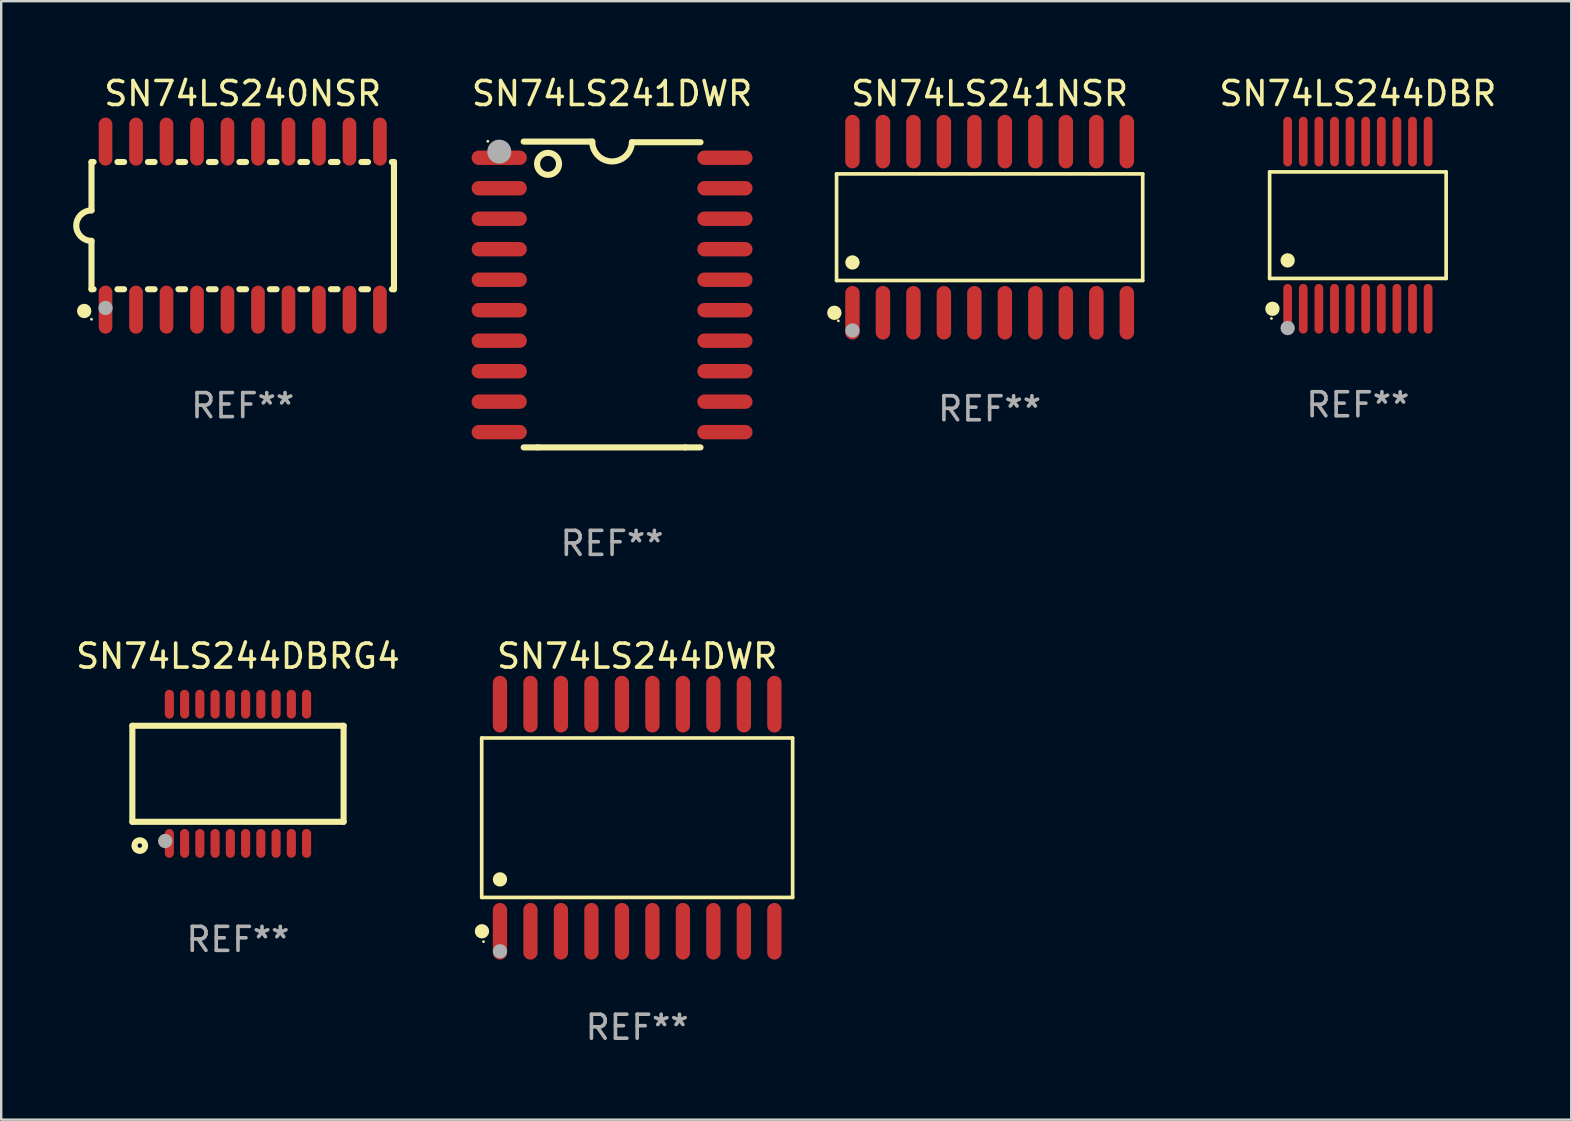
<source format=kicad_pcb>
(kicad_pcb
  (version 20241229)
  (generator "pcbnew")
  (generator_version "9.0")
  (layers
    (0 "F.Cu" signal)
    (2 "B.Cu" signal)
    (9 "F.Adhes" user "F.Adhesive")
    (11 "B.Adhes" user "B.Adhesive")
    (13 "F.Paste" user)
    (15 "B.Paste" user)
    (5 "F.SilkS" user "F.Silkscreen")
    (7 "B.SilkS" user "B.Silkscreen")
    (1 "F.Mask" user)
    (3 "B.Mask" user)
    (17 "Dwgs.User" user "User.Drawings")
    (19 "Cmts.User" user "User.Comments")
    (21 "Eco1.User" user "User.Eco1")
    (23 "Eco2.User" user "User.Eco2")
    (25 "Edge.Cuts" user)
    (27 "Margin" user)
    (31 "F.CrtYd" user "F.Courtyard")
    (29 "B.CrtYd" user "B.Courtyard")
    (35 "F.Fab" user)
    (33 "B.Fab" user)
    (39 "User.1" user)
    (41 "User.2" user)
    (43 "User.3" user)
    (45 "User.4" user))
  (footprint "SN74LS240NSR"
    (layer "F.Cu")
    (at 7.061 6.348)
    (property "Reference" "SN74LS240NSR" (at 0 -5.5 0) (layer "F.SilkS") (effects (font (size 1 1) (thickness 0.15))))
    (attr through_hole)
    (fp_line (start -6.3 -2.65) (end -6.3 -0.635) (stroke (width 0.254) (type solid)) (layer "F.SilkS"))
    (fp_line (start -6.3 -2.65) (end -6.212 -2.65) (stroke (width 0.254) (type solid)) (layer "F.SilkS"))
    (fp_line (start -6.3 2.65) (end -6.3 0.635) (stroke (width 0.254) (type solid)) (layer "F.SilkS"))
    (fp_line (start -6.3 2.65) (end -6.212 2.65) (stroke (width 0.254) (type solid)) (layer "F.SilkS"))
    (fp_line (start -5.218 -2.65) (end -4.942 -2.65) (stroke (width 0.254) (type solid)) (layer "F.SilkS"))
    (fp_line (start -5.218 2.65) (end -4.942 2.65) (stroke (width 0.254) (type solid)) (layer "F.SilkS"))
    (fp_line (start -3.948 -2.65) (end -3.672 -2.65) (stroke (width 0.254) (type solid)) (layer "F.SilkS"))
    (fp_line (start -3.948 2.65) (end -3.672 2.65) (stroke (width 0.254) (type solid)) (layer "F.SilkS"))
    (fp_line (start -2.678 -2.65) (end -2.402 -2.65) (stroke (width 0.254) (type solid)) (layer "F.SilkS"))
    (fp_line (start -2.678 2.65) (end -2.402 2.65) (stroke (width 0.254) (type solid)) (layer "F.SilkS"))
    (fp_line (start -1.408 -2.65) (end -1.132 -2.65) (stroke (width 0.254) (type solid)) (layer "F.SilkS"))
    (fp_line (start -1.408 2.65) (end -1.132 2.65) (stroke (width 0.254) (type solid)) (layer "F.SilkS"))
    (fp_line (start -0.138 -2.65) (end 0.138 -2.65) (stroke (width 0.254) (type solid)) (layer "F.SilkS"))
    (fp_line (start -0.138 2.65) (end 0.138 2.65) (stroke (width 0.254) (type solid)) (layer "F.SilkS"))
    (fp_line (start 1.132 -2.65) (end 1.408 -2.65) (stroke (width 0.254) (type solid)) (layer "F.SilkS"))
    (fp_line (start 1.132 2.65) (end 1.408 2.65) (stroke (width 0.254) (type solid)) (layer "F.SilkS"))
    (fp_line (start 2.402 -2.65) (end 2.678 -2.65) (stroke (width 0.254) (type solid)) (layer "F.SilkS"))
    (fp_line (start 2.402 2.65) (end 2.678 2.65) (stroke (width 0.254) (type solid)) (layer "F.SilkS"))
    (fp_line (start 3.672 -2.65) (end 3.948 -2.65) (stroke (width 0.254) (type solid)) (layer "F.SilkS"))
    (fp_line (start 3.672 2.65) (end 3.948 2.65) (stroke (width 0.254) (type solid)) (layer "F.SilkS"))
    (fp_line (start 4.942 -2.65) (end 5.218 -2.65) (stroke (width 0.254) (type solid)) (layer "F.SilkS"))
    (fp_line (start 4.942 2.65) (end 5.218 2.65) (stroke (width 0.254) (type solid)) (layer "F.SilkS"))
    (fp_line (start 6.212 -2.65) (end 6.3 -2.65) (stroke (width 0.254) (type solid)) (layer "F.SilkS"))
    (fp_line (start 6.212 2.65) (end 6.3 2.65) (stroke (width 0.254) (type solid)) (layer "F.SilkS"))
    (fp_line (start 6.3 -2.65) (end 6.3 2.65) (stroke (width 0.254) (type solid)) (layer "F.SilkS"))
    (fp_arc (start -6.299975 0.634874) (mid -6.933579 0.000127) (end -6.299213 -0.633858) (stroke (width 0.254001) (type solid)) (layer "F.SilkS"))
    (fp_circle (center -6.604 3.556) (end -6.454 3.556) (stroke (width 0.3) (type solid)) (fill no) (layer "F.SilkS"))
    (fp_circle (center -6.3 3.9) (end -6.27 3.9) (stroke (width 0.06) (type solid)) (fill no) (layer "F.SilkS"))
    (fp_circle (center -5.715 3.429) (end -5.565 3.429) (stroke (width 0.3) (type solid)) (fill no) (layer "F.Fab"))
    (fp_text user "REF**" (at 0 7.5 0) (layer "F.Fab") (effects (font (size 1 1) (thickness 0.15))))
    (pad "1" smd oval (at -5.715 3.5) (size 0.568 2) (layers "F.Cu" "F.Mask" "F.Paste"))
    (pad "2" smd oval (at -4.445 3.5) (size 0.568 2) (layers "F.Cu" "F.Mask" "F.Paste"))
    (pad "3" smd oval (at -3.175 3.5) (size 0.568 2) (layers "F.Cu" "F.Mask" "F.Paste"))
    (pad "4" smd oval (at -1.905 3.5) (size 0.568 2) (layers "F.Cu" "F.Mask" "F.Paste"))
    (pad "5" smd oval (at -0.635 3.5) (size 0.568 2) (layers "F.Cu" "F.Mask" "F.Paste"))
    (pad "6" smd oval (at 0.635 3.5) (size 0.568 2) (layers "F.Cu" "F.Mask" "F.Paste"))
    (pad "7" smd oval (at 1.905 3.5) (size 0.568 2) (layers "F.Cu" "F.Mask" "F.Paste"))
    (pad "8" smd oval (at 3.175 3.5) (size 0.568 2) (layers "F.Cu" "F.Mask" "F.Paste"))
    (pad "9" smd oval (at 4.445 3.5) (size 0.568 2) (layers "F.Cu" "F.Mask" "F.Paste"))
    (pad "10" smd oval (at 5.715 3.5) (size 0.568 2) (layers "F.Cu" "F.Mask" "F.Paste"))
    (pad "11" smd oval (at 5.715 -3.5) (size 0.568 2) (layers "F.Cu" "F.Mask" "F.Paste"))
    (pad "12" smd oval (at 4.445 -3.5) (size 0.568 2) (layers "F.Cu" "F.Mask" "F.Paste"))
    (pad "13" smd oval (at 3.175 -3.5) (size 0.568 2) (layers "F.Cu" "F.Mask" "F.Paste"))
    (pad "14" smd oval (at 1.905 -3.5) (size 0.568 2) (layers "F.Cu" "F.Mask" "F.Paste"))
    (pad "15" smd oval (at 0.635 -3.5) (size 0.568 2) (layers "F.Cu" "F.Mask" "F.Paste"))
    (pad "16" smd oval (at -0.635 -3.5) (size 0.568 2) (layers "F.Cu" "F.Mask" "F.Paste"))
    (pad "17" smd oval (at -1.905 -3.5) (size 0.568 2) (layers "F.Cu" "F.Mask" "F.Paste"))
    (pad "18" smd oval (at -3.175 -3.5) (size 0.568 2) (layers "F.Cu" "F.Mask" "F.Paste"))
    (pad "19" smd oval (at -4.445 -3.5) (size 0.568 2) (layers "F.Cu" "F.Mask" "F.Paste"))
    (pad "20" smd oval (at -5.715 -3.5) (size 0.568 2) (layers "F.Cu" "F.Mask" "F.Paste")))
  (footprint "SN74LS241NSR"
    (layer "F.Cu")
    (at 38.173 6.414)
    (property "Reference" "SN74LS241NSR" (at 0 -5.565 0) (layer "F.SilkS") (effects (font (size 1 1) (thickness 0.15))))
    (attr through_hole)
    (fp_line (start -6.376 -2.221) (end 6.376 -2.221) (stroke (width 0.152) (type solid)) (layer "F.SilkS"))
    (fp_line (start -6.376 2.221) (end -6.376 -2.221) (stroke (width 0.152) (type solid)) (layer "F.SilkS"))
    (fp_line (start 6.376 -2.221) (end 6.376 2.221) (stroke (width 0.152) (type solid)) (layer "F.SilkS"))
    (fp_line (start 6.376 2.221) (end -6.376 2.221) (stroke (width 0.152) (type solid)) (layer "F.SilkS"))
    (fp_circle (center -6.468 3.565) (end -6.318 3.565) (stroke (width 0.3) (type solid)) (fill no) (layer "F.SilkS"))
    (fp_circle (center -6.3 3.9) (end -6.27 3.9) (stroke (width 0.06) (type solid)) (fill no) (layer "F.SilkS"))
    (fp_circle (center -5.715 1.469) (end -5.565 1.469) (stroke (width 0.3) (type solid)) (fill no) (layer "F.SilkS"))
    (fp_circle (center -5.715 4.3) (end -5.565 4.3) (stroke (width 0.3) (type solid)) (fill no) (layer "F.Fab"))
    (fp_text user "REF**" (at 0 7.565 0) (layer "F.Fab") (effects (font (size 1 1) (thickness 0.15))))
    (pad "1" smd oval (at -5.715 3.565) (size 0.602 2.231) (layers "F.Cu" "F.Mask" "F.Paste"))
    (pad "2" smd oval (at -4.445 3.565) (size 0.602 2.231) (layers "F.Cu" "F.Mask" "F.Paste"))
    (pad "3" smd oval (at -3.175 3.565) (size 0.602 2.231) (layers "F.Cu" "F.Mask" "F.Paste"))
    (pad "4" smd oval (at -1.905 3.565) (size 0.602 2.231) (layers "F.Cu" "F.Mask" "F.Paste"))
    (pad "5" smd oval (at -0.635 3.565) (size 0.602 2.231) (layers "F.Cu" "F.Mask" "F.Paste"))
    (pad "6" smd oval (at 0.635 3.565) (size 0.602 2.231) (layers "F.Cu" "F.Mask" "F.Paste"))
    (pad "7" smd oval (at 1.905 3.565) (size 0.602 2.231) (layers "F.Cu" "F.Mask" "F.Paste"))
    (pad "8" smd oval (at 3.175 3.565) (size 0.602 2.231) (layers "F.Cu" "F.Mask" "F.Paste"))
    (pad "9" smd oval (at 4.445 3.565) (size 0.602 2.231) (layers "F.Cu" "F.Mask" "F.Paste"))
    (pad "10" smd oval (at 5.715 3.565) (size 0.602 2.231) (layers "F.Cu" "F.Mask" "F.Paste"))
    (pad "11" smd oval (at 5.715 -3.565) (size 0.602 2.231) (layers "F.Cu" "F.Mask" "F.Paste"))
    (pad "12" smd oval (at 4.445 -3.565) (size 0.602 2.231) (layers "F.Cu" "F.Mask" "F.Paste"))
    (pad "13" smd oval (at 3.175 -3.565) (size 0.602 2.231) (layers "F.Cu" "F.Mask" "F.Paste"))
    (pad "14" smd oval (at 1.905 -3.565) (size 0.602 2.231) (layers "F.Cu" "F.Mask" "F.Paste"))
    (pad "15" smd oval (at 0.635 -3.565) (size 0.602 2.231) (layers "F.Cu" "F.Mask" "F.Paste"))
    (pad "16" smd oval (at -0.635 -3.565) (size 0.602 2.231) (layers "F.Cu" "F.Mask" "F.Paste"))
    (pad "17" smd oval (at -1.905 -3.565) (size 0.602 2.231) (layers "F.Cu" "F.Mask" "F.Paste"))
    (pad "18" smd oval (at -3.175 -3.565) (size 0.602 2.231) (layers "F.Cu" "F.Mask" "F.Paste"))
    (pad "19" smd oval (at -4.445 -3.565) (size 0.602 2.231) (layers "F.Cu" "F.Mask" "F.Paste"))
    (pad "20" smd oval (at -5.715 -3.565) (size 0.602 2.231) (layers "F.Cu" "F.Mask" "F.Paste")))
  (footprint "SN74LS244DWR"
    (layer "F.Cu")
    (at 23.491 31.012)
    (property "Reference" "SN74LS244DWR" (at 0 -6.73 0) (layer "F.SilkS") (effects (font (size 1 1) (thickness 0.15))))
    (attr through_hole)
    (fp_line (start -6.476 -3.321) (end 6.476 -3.321) (stroke (width 0.152) (type solid)) (layer "F.SilkS"))
    (fp_line (start -6.476 3.321) (end -6.476 -3.321) (stroke (width 0.152) (type solid)) (layer "F.SilkS"))
    (fp_line (start 6.476 -3.321) (end 6.476 3.321) (stroke (width 0.152) (type solid)) (layer "F.SilkS"))
    (fp_line (start 6.476 3.321) (end -6.476 3.321) (stroke (width 0.152) (type solid)) (layer "F.SilkS"))
    (fp_circle (center -6.465 4.73) (end -6.315 4.73) (stroke (width 0.3) (type solid)) (fill no) (layer "F.SilkS"))
    (fp_circle (center -6.4 5.163) (end -6.37 5.163) (stroke (width 0.06) (type solid)) (fill no) (layer "F.SilkS"))
    (fp_circle (center -5.715 2.569) (end -5.565 2.569) (stroke (width 0.3) (type solid)) (fill no) (layer "F.SilkS"))
    (fp_circle (center -5.715 5.563) (end -5.565 5.563) (stroke (width 0.3) (type solid)) (fill no) (layer "F.Fab"))
    (fp_text user "REF**" (at 0 8.73 0) (layer "F.Fab") (effects (font (size 1 1) (thickness 0.15))))
    (pad "1" smd oval (at -5.715 4.73) (size 0.595 2.36) (layers "F.Cu" "F.Mask" "F.Paste"))
    (pad "2" smd oval (at -4.445 4.73) (size 0.595 2.36) (layers "F.Cu" "F.Mask" "F.Paste"))
    (pad "3" smd oval (at -3.175 4.73) (size 0.595 2.36) (layers "F.Cu" "F.Mask" "F.Paste"))
    (pad "4" smd oval (at -1.905 4.73) (size 0.595 2.36) (layers "F.Cu" "F.Mask" "F.Paste"))
    (pad "5" smd oval (at -0.635 4.73) (size 0.595 2.36) (layers "F.Cu" "F.Mask" "F.Paste"))
    (pad "6" smd oval (at 0.635 4.73) (size 0.595 2.36) (layers "F.Cu" "F.Mask" "F.Paste"))
    (pad "7" smd oval (at 1.905 4.73) (size 0.595 2.36) (layers "F.Cu" "F.Mask" "F.Paste"))
    (pad "8" smd oval (at 3.175 4.73) (size 0.595 2.36) (layers "F.Cu" "F.Mask" "F.Paste"))
    (pad "9" smd oval (at 4.445 4.73) (size 0.595 2.36) (layers "F.Cu" "F.Mask" "F.Paste"))
    (pad "10" smd oval (at 5.715 4.73) (size 0.595 2.36) (layers "F.Cu" "F.Mask" "F.Paste"))
    (pad "11" smd oval (at 5.715 -4.73) (size 0.595 2.36) (layers "F.Cu" "F.Mask" "F.Paste"))
    (pad "12" smd oval (at 4.445 -4.73) (size 0.595 2.36) (layers "F.Cu" "F.Mask" "F.Paste"))
    (pad "13" smd oval (at 3.175 -4.73) (size 0.595 2.36) (layers "F.Cu" "F.Mask" "F.Paste"))
    (pad "14" smd oval (at 1.905 -4.73) (size 0.595 2.36) (layers "F.Cu" "F.Mask" "F.Paste"))
    (pad "15" smd oval (at 0.635 -4.73) (size 0.595 2.36) (layers "F.Cu" "F.Mask" "F.Paste"))
    (pad "16" smd oval (at -0.635 -4.73) (size 0.595 2.36) (layers "F.Cu" "F.Mask" "F.Paste"))
    (pad "17" smd oval (at -1.905 -4.73) (size 0.595 2.36) (layers "F.Cu" "F.Mask" "F.Paste"))
    (pad "18" smd oval (at -3.175 -4.73) (size 0.595 2.36) (layers "F.Cu" "F.Mask" "F.Paste"))
    (pad "19" smd oval (at -4.445 -4.73) (size 0.595 2.36) (layers "F.Cu" "F.Mask" "F.Paste"))
    (pad "20" smd oval (at -5.715 -4.73) (size 0.595 2.36) (layers "F.Cu" "F.Mask" "F.Paste")))
  (footprint "SN74LS241DWR"
    (layer "F.Cu")
    (at 22.446 9.217)
    (property "Reference" "SN74LS241DWR" (at 0 -8.369 0) (layer "F.SilkS") (effects (font (size 1 1) (thickness 0.15))))
    (attr through_hole)
    (fp_line (start -3.096 6.369) (end -3.683 6.369) (stroke (width 0.254) (type solid)) (layer "F.SilkS"))
    (fp_line (start -0.825 -6.369) (end -3.683 -6.369) (stroke (width 0.254) (type solid)) (layer "F.SilkS"))
    (fp_line (start 0.826 -6.343) (end 3.683 -6.343) (stroke (width 0.254) (type solid)) (layer "F.SilkS"))
    (fp_line (start 3.048 6.369) (end -3.096 6.369) (stroke (width 0.254) (type solid)) (layer "F.SilkS"))
    (fp_line (start 3.048 6.369) (end 3.683 6.369) (stroke (width 0.254) (type solid)) (layer "F.SilkS"))
    (fp_arc (start 0.825527 -6.343129) (mid -0.012478 -5.543126) (end -0.825476 -6.36853) (stroke (width 0.254001) (type solid)) (layer "F.SilkS"))
    (fp_circle (center -5.175 -6.382) (end -5.145 -6.382) (stroke (width 0.06) (type solid)) (fill no) (layer "F.SilkS"))
    (fp_circle (center -2.667 -5.442) (end -2.209 -5.442) (stroke (width 0.254) (type solid)) (fill no) (layer "F.SilkS"))
    (fp_circle (center -4.699 -5.95) (end -4.449 -5.95) (stroke (width 0.5) (type solid)) (fill no) (layer "F.Fab"))
    (fp_text user "REF**" (at 0 10.369 0) (layer "F.Fab") (effects (font (size 1 1) (thickness 0.15))))
    (pad "1" smd oval (at -4.7 -5.696 90) (size 0.6 2.3) (layers "F.Cu" "F.Mask" "F.Paste"))
    (pad "2" smd oval (at -4.7 -4.426 90) (size 0.6 2.3) (layers "F.Cu" "F.Mask" "F.Paste"))
    (pad "3" smd oval (at -4.7 -3.156 90) (size 0.6 2.3) (layers "F.Cu" "F.Mask" "F.Paste"))
    (pad "4" smd oval (at -4.7 -1.886 90) (size 0.6 2.3) (layers "F.Cu" "F.Mask" "F.Paste"))
    (pad "5" smd oval (at -4.7 -0.616 90) (size 0.6 2.3) (layers "F.Cu" "F.Mask" "F.Paste"))
    (pad "6" smd oval (at -4.7 0.654 90) (size 0.6 2.3) (layers "F.Cu" "F.Mask" "F.Paste"))
    (pad "7" smd oval (at -4.7 1.924 90) (size 0.6 2.3) (layers "F.Cu" "F.Mask" "F.Paste"))
    (pad "8" smd oval (at -4.7 3.194 90) (size 0.6 2.3) (layers "F.Cu" "F.Mask" "F.Paste"))
    (pad "9" smd oval (at -4.7 4.464 90) (size 0.6 2.3) (layers "F.Cu" "F.Mask" "F.Paste"))
    (pad "10" smd oval (at -4.7 5.734 90) (size 0.6 2.3) (layers "F.Cu" "F.Mask" "F.Paste"))
    (pad "11" smd oval (at 4.7 5.734 90) (size 0.6 2.3) (layers "F.Cu" "F.Mask" "F.Paste"))
    (pad "12" smd oval (at 4.7 4.464 90) (size 0.6 2.3) (layers "F.Cu" "F.Mask" "F.Paste"))
    (pad "13" smd oval (at 4.7 3.194 90) (size 0.6 2.3) (layers "F.Cu" "F.Mask" "F.Paste"))
    (pad "14" smd oval (at 4.7 1.924 90) (size 0.6 2.3) (layers "F.Cu" "F.Mask" "F.Paste"))
    (pad "15" smd oval (at 4.7 0.654 90) (size 0.6 2.3) (layers "F.Cu" "F.Mask" "F.Paste"))
    (pad "16" smd oval (at 4.7 -0.616 90) (size 0.6 2.3) (layers "F.Cu" "F.Mask" "F.Paste"))
    (pad "17" smd oval (at 4.7 -1.886 90) (size 0.6 2.3) (layers "F.Cu" "F.Mask" "F.Paste"))
    (pad "18" smd oval (at 4.7 -3.156 90) (size 0.6 2.3) (layers "F.Cu" "F.Mask" "F.Paste"))
    (pad "19" smd oval (at 4.7 -4.426 90) (size 0.6 2.3) (layers "F.Cu" "F.Mask" "F.Paste"))
    (pad "20" smd oval (at 4.7 -5.696 90) (size 0.6 2.3) (layers "F.Cu" "F.Mask" "F.Paste")))
  (footprint "SN74LS244DBRG4"
    (layer "F.Cu")
    (at 6.863 29.182)
    (property "Reference" "SN74LS244DBRG4" (at 0 -4.9 0) (layer "F.SilkS") (effects (font (size 1 1) (thickness 0.15))))
    (attr through_hole)
    (fp_line (start -4.4 -2) (end -4.4 2) (stroke (width 0.254) (type solid)) (layer "F.SilkS"))
    (fp_line (start -4.4 -2) (end 4.4 -2) (stroke (width 0.254) (type solid)) (layer "F.SilkS"))
    (fp_line (start -4.4 2) (end 4.4 2) (stroke (width 0.254) (type solid)) (layer "F.SilkS"))
    (fp_line (start 4.4 -2) (end 4.4 2) (stroke (width 0.254) (type solid)) (layer "F.SilkS"))
    (fp_circle (center -4.351 3) (end -4.321 3) (stroke (width 0.06) (type solid)) (fill no) (layer "F.SilkS"))
    (fp_circle (center -4.09 2.99) (end -3.87 2.99) (stroke (width 0.254) (type solid)) (fill no) (layer "F.SilkS"))
    (fp_circle (center -3.031 2.8) (end -2.88 2.8) (stroke (width 0.3) (type solid)) (fill no) (layer "F.Fab"))
    (fp_text user "REF**" (at 0 6.9 0) (layer "F.Fab") (effects (font (size 1 1) (thickness 0.15))))
    (pad "1" smd oval (at -2.858 2.9 180) (size 0.38 1.2) (layers "F.Cu" "F.Mask" "F.Paste"))
    (pad "2" smd oval (at -2.223 2.9 180) (size 0.38 1.2) (layers "F.Cu" "F.Mask" "F.Paste"))
    (pad "3" smd oval (at -1.588 2.9 180) (size 0.38 1.2) (layers "F.Cu" "F.Mask" "F.Paste"))
    (pad "4" smd oval (at -0.953 2.9 180) (size 0.38 1.2) (layers "F.Cu" "F.Mask" "F.Paste"))
    (pad "5" smd oval (at -0.318 2.9 180) (size 0.38 1.2) (layers "F.Cu" "F.Mask" "F.Paste"))
    (pad "6" smd oval (at 0.317 2.9 180) (size 0.38 1.2) (layers "F.Cu" "F.Mask" "F.Paste"))
    (pad "7" smd oval (at 0.952 2.9 180) (size 0.38 1.2) (layers "F.Cu" "F.Mask" "F.Paste"))
    (pad "8" smd oval (at 1.587 2.9 180) (size 0.38 1.2) (layers "F.Cu" "F.Mask" "F.Paste"))
    (pad "9" smd oval (at 2.222 2.9 180) (size 0.38 1.2) (layers "F.Cu" "F.Mask" "F.Paste"))
    (pad "10" smd oval (at 2.857 2.9 180) (size 0.38 1.2) (layers "F.Cu" "F.Mask" "F.Paste"))
    (pad "11" smd oval (at 2.857 -2.9) (size 0.38 1.2) (layers "F.Cu" "F.Mask" "F.Paste"))
    (pad "12" smd oval (at 2.222 -2.9) (size 0.38 1.2) (layers "F.Cu" "F.Mask" "F.Paste"))
    (pad "13" smd oval (at 1.587 -2.9) (size 0.38 1.2) (layers "F.Cu" "F.Mask" "F.Paste"))
    (pad "14" smd oval (at 0.952 -2.9) (size 0.38 1.2) (layers "F.Cu" "F.Mask" "F.Paste"))
    (pad "15" smd oval (at 0.317 -2.9) (size 0.38 1.2) (layers "F.Cu" "F.Mask" "F.Paste"))
    (pad "16" smd oval (at -0.318 -2.9) (size 0.38 1.2) (layers "F.Cu" "F.Mask" "F.Paste"))
    (pad "17" smd oval (at -0.953 -2.9) (size 0.38 1.2) (layers "F.Cu" "F.Mask" "F.Paste"))
    (pad "18" smd oval (at -1.588 -2.9) (size 0.38 1.2) (layers "F.Cu" "F.Mask" "F.Paste"))
    (pad "19" smd oval (at -2.223 -2.9) (size 0.38 1.2) (layers "F.Cu" "F.Mask" "F.Paste"))
    (pad "20" smd oval (at -2.858 -2.9) (size 0.38 1.2) (layers "F.Cu" "F.Mask" "F.Paste")))
  (footprint "SN74LS244DBR"
    (layer "F.Cu")
    (at 53.512 6.33)
    (property "Reference" "SN74LS244DBR" (at 0 -5.482 0) (layer "F.SilkS") (effects (font (size 1 1) (thickness 0.15))))
    (attr through_hole)
    (fp_line (start -3.676 -2.219) (end 3.676 -2.219) (stroke (width 0.152) (type solid)) (layer "F.SilkS"))
    (fp_line (start -3.676 2.219) (end -3.676 -2.219) (stroke (width 0.152) (type solid)) (layer "F.SilkS"))
    (fp_line (start 3.676 -2.219) (end 3.676 2.219) (stroke (width 0.152) (type solid)) (layer "F.SilkS"))
    (fp_line (start 3.676 2.219) (end -3.676 2.219) (stroke (width 0.152) (type solid)) (layer "F.SilkS"))
    (fp_circle (center -3.6 3.885) (end -3.57 3.885) (stroke (width 0.06) (type solid)) (fill no) (layer "F.SilkS"))
    (fp_circle (center -3.559 3.482) (end -3.409 3.482) (stroke (width 0.3) (type solid)) (fill no) (layer "F.SilkS"))
    (fp_circle (center -2.925 1.467) (end -2.775 1.467) (stroke (width 0.3) (type solid)) (fill no) (layer "F.SilkS"))
    (fp_circle (center -2.925 4.285) (end -2.775 4.285) (stroke (width 0.3) (type solid)) (fill no) (layer "F.Fab"))
    (fp_text user "REF**" (at 0 7.482 0) (layer "F.Fab") (effects (font (size 1 1) (thickness 0.15))))
    (pad "1" smd oval (at -2.925 3.482) (size 0.364 2.069) (layers "F.Cu" "F.Mask" "F.Paste"))
    (pad "2" smd oval (at -2.275 3.482) (size 0.364 2.069) (layers "F.Cu" "F.Mask" "F.Paste"))
    (pad "3" smd oval (at -1.625 3.482) (size 0.364 2.069) (layers "F.Cu" "F.Mask" "F.Paste"))
    (pad "4" smd oval (at -0.975 3.482) (size 0.364 2.069) (layers "F.Cu" "F.Mask" "F.Paste"))
    (pad "5" smd oval (at -0.325 3.482) (size 0.364 2.069) (layers "F.Cu" "F.Mask" "F.Paste"))
    (pad "6" smd oval (at 0.325 3.482) (size 0.364 2.069) (layers "F.Cu" "F.Mask" "F.Paste"))
    (pad "7" smd oval (at 0.975 3.482) (size 0.364 2.069) (layers "F.Cu" "F.Mask" "F.Paste"))
    (pad "8" smd oval (at 1.625 3.482) (size 0.364 2.069) (layers "F.Cu" "F.Mask" "F.Paste"))
    (pad "9" smd oval (at 2.275 3.482) (size 0.364 2.069) (layers "F.Cu" "F.Mask" "F.Paste"))
    (pad "10" smd oval (at 2.925 3.482) (size 0.364 2.069) (layers "F.Cu" "F.Mask" "F.Paste"))
    (pad "11" smd oval (at 2.925 -3.482) (size 0.364 2.069) (layers "F.Cu" "F.Mask" "F.Paste"))
    (pad "12" smd oval (at 2.275 -3.482) (size 0.364 2.069) (layers "F.Cu" "F.Mask" "F.Paste"))
    (pad "13" smd oval (at 1.625 -3.482) (size 0.364 2.069) (layers "F.Cu" "F.Mask" "F.Paste"))
    (pad "14" smd oval (at 0.975 -3.482) (size 0.364 2.069) (layers "F.Cu" "F.Mask" "F.Paste"))
    (pad "15" smd oval (at 0.325 -3.482) (size 0.364 2.069) (layers "F.Cu" "F.Mask" "F.Paste"))
    (pad "16" smd oval (at -0.325 -3.482) (size 0.364 2.069) (layers "F.Cu" "F.Mask" "F.Paste"))
    (pad "17" smd oval (at -0.975 -3.482) (size 0.364 2.069) (layers "F.Cu" "F.Mask" "F.Paste"))
    (pad "18" smd oval (at -1.625 -3.482) (size 0.364 2.069) (layers "F.Cu" "F.Mask" "F.Paste"))
    (pad "19" smd oval (at -2.275 -3.482) (size 0.364 2.069) (layers "F.Cu" "F.Mask" "F.Paste"))
    (pad "20" smd oval (at -2.925 -3.482) (size 0.364 2.069) (layers "F.Cu" "F.Mask" "F.Paste")))
  (gr_rect
    (start -3 -3)
    (end 62.399 43.59)
    (stroke (width 0.1) (type default))
    (fill no)
    (layer "Edge.Cuts")))
</source>
